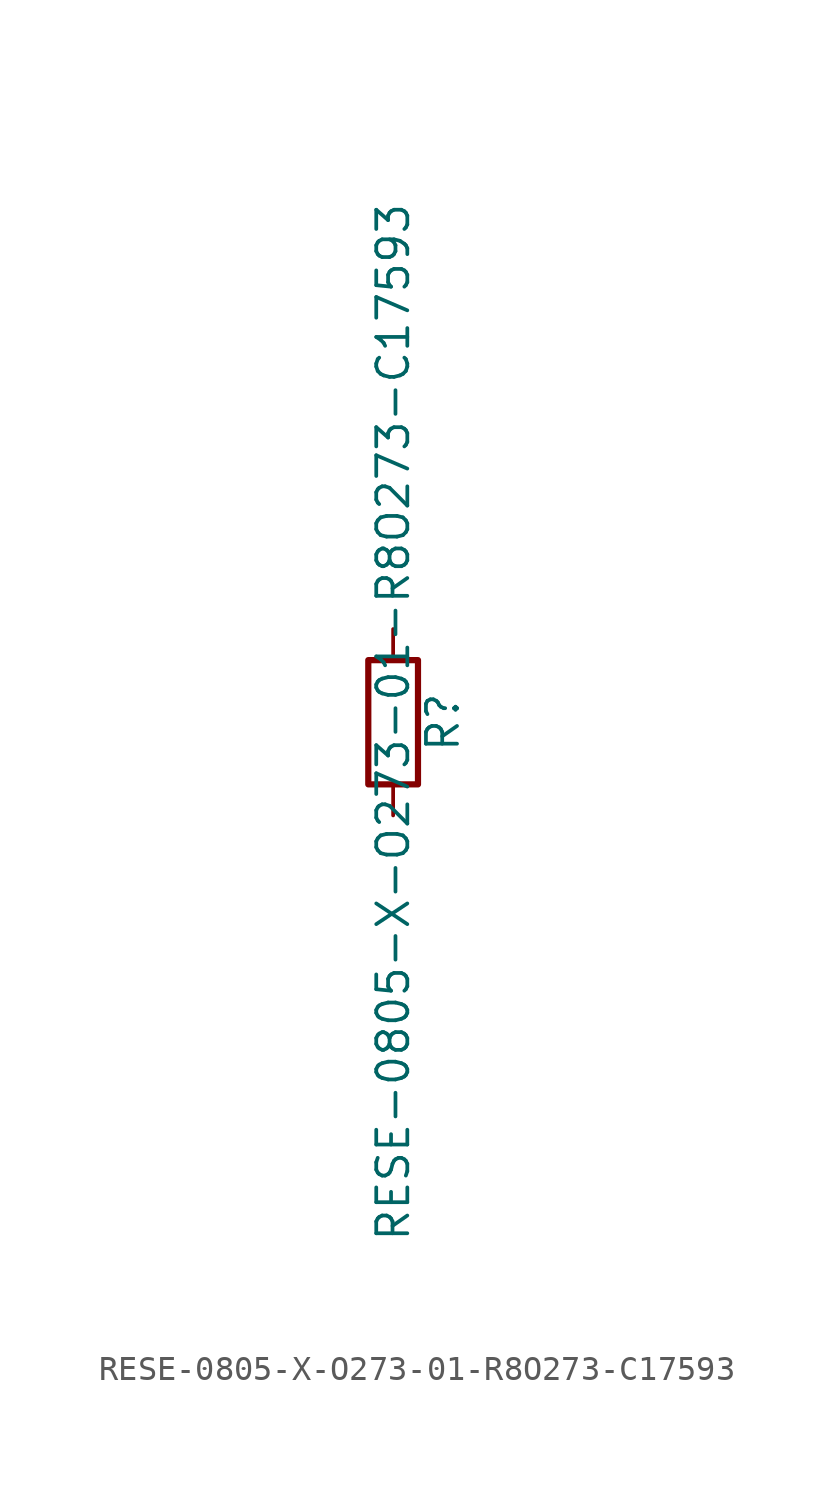
<source format=kicad_sym>
(kicad_symbol_lib
  (version 20211014)
  (generator kicad_symbol_editor)
  (symbol "RESE-0805-X-O273-01-R8O273-C17593"
    (pin_numbers hide)
    (pin_names
      (offset 0))
    (property "Reference" "R"
      (at 2.032 0 90)
      (effects (font (size 1.27 1.27))))
    (property "Value" "RESE-0805-X-O273-01-R8O273-C17593"
      (at 0 0 90)
      (effects (font (size 1.27 1.27))))
    (symbol "RESE-0805-X-O273-01-R8O273-C17593_0_1"
      (rectangle (start -1.016 -2.54) (end 1.016 2.54) (stroke (width 0.254) (type default) (color 0 0 0 0)) (fill (type none))))
    (symbol "RESE-0805-X-O273-01-R8O273-C17593_1_1"
      (pin passive line (at 0 3.81 270) (length 1.27) (name "~" (effects (font (size 1.27 1.27)))) (number "1" (effects (font (size 1.27 1.27)))))
      (pin passive line (at 0 -3.81 90) (length 1.27) (name "~" (effects (font (size 1.27 1.27)))) (number "2" (effects (font (size 1.27 1.27))))))))
</source>
